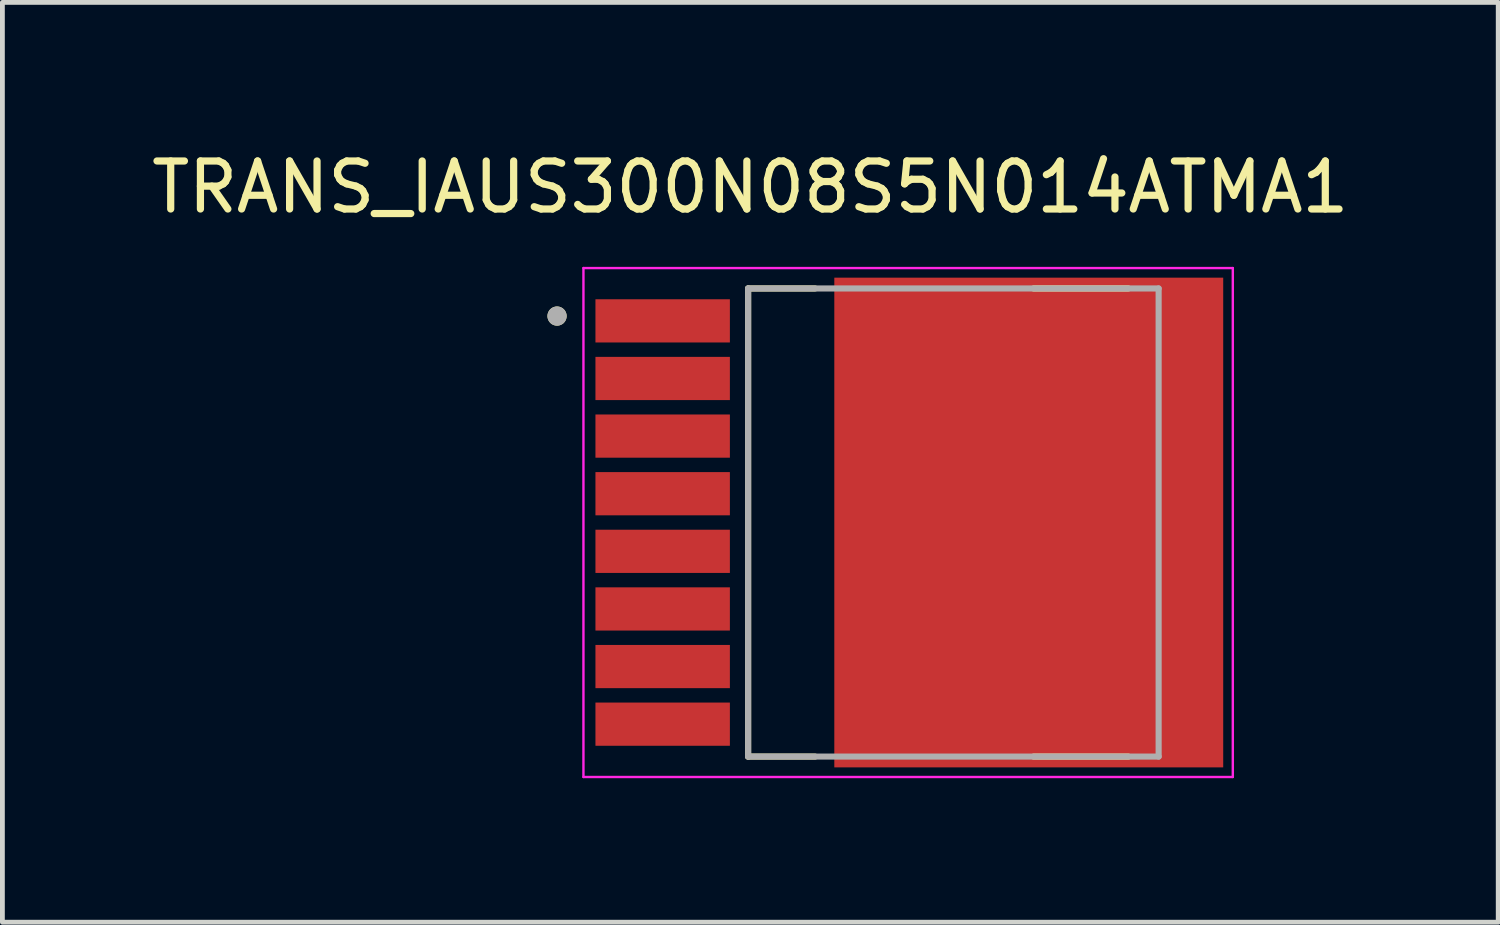
<source format=kicad_pcb>
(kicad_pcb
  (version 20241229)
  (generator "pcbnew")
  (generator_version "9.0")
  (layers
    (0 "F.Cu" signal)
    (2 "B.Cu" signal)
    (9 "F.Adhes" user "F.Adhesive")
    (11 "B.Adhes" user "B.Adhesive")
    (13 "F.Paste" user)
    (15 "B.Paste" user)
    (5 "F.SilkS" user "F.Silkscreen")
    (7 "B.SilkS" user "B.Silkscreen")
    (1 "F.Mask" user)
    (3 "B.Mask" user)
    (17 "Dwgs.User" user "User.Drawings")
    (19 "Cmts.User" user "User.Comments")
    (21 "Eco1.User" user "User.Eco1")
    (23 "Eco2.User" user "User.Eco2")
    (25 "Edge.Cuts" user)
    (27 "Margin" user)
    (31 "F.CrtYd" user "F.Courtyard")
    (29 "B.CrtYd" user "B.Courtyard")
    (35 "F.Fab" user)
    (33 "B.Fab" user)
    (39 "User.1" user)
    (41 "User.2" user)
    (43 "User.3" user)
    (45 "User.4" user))
  (footprint "TRANS_IAUS300N08S5N014ATMA1"
    (layer "F.Cu")
    (at 15.752 7.833)
    (property "Reference" "TRANS_IAUS300N08S5N014ATMA1" (at -3.175 -6.985 0) (layer "F.SilkS") (effects (font (size 1 1) (thickness 0.15))))
    (attr smd)
    (fp_poly (pts (xy 6.625 -5.05) (xy 6.625 5.05) (xy 5.075 5.05) (xy 5.075 4.35) (xy 2.325 4.35) (xy 2.325 4.85) (xy -1.375 4.85) (xy -1.375 -4.85) (xy 2.325 -4.85) (xy 2.325 -4.35) (xy 5.075 -4.35) (xy 5.075 -5.05)) (stroke (width 0.01) (type solid)) (fill yes) (layer "F.Mask"))
    (fp_line (start -3.22 -4.875) (end -3.22 4.875) (stroke (width 0.127) (type solid)) (layer "F.SilkS"))
    (fp_line (start -3.22 4.875) (end -1.825 4.875) (stroke (width 0.127) (type solid)) (layer "F.SilkS"))
    (fp_line (start -1.825 -4.875) (end -3.22 -4.875) (stroke (width 0.127) (type solid)) (layer "F.SilkS"))
    (fp_line (start 4.7 -4.875) (end 2.725 -4.875) (stroke (width 0.127) (type solid)) (layer "F.SilkS"))
    (fp_line (start 4.7 4.875) (end 2.725 4.875) (stroke (width 0.127) (type solid)) (layer "F.SilkS"))
    (fp_circle (center -7.2 -4.3) (end -7.1 -4.3) (stroke (width 0.2) (type solid)) (fill no) (layer "F.SilkS"))
    (fp_poly (pts (xy -6.35 -4.6) (xy -3.65 -4.6) (xy -3.65 -3.8) (xy -6.35 -3.8)) (stroke (width 0.01) (type solid)) (fill yes) (layer "F.Paste"))
    (fp_poly (pts (xy -6.35 -3.4) (xy -3.65 -3.4) (xy -3.65 -2.6) (xy -6.35 -2.6)) (stroke (width 0.01) (type solid)) (fill yes) (layer "F.Paste"))
    (fp_poly (pts (xy -6.35 -2.2) (xy -3.65 -2.2) (xy -3.65 -1.4) (xy -6.35 -1.4)) (stroke (width 0.01) (type solid)) (fill yes) (layer "F.Paste"))
    (fp_poly (pts (xy -6.35 -1) (xy -3.65 -1) (xy -3.65 -0.2) (xy -6.35 -0.2)) (stroke (width 0.01) (type solid)) (fill yes) (layer "F.Paste"))
    (fp_poly (pts (xy -6.35 0.2) (xy -3.65 0.2) (xy -3.65 1) (xy -6.35 1)) (stroke (width 0.01) (type solid)) (fill yes) (layer "F.Paste"))
    (fp_poly (pts (xy -6.35 1.4) (xy -3.65 1.4) (xy -3.65 2.2) (xy -6.35 2.2)) (stroke (width 0.01) (type solid)) (fill yes) (layer "F.Paste"))
    (fp_poly (pts (xy -6.35 2.6) (xy -3.65 2.6) (xy -3.65 3.4) (xy -6.35 3.4)) (stroke (width 0.01) (type solid)) (fill yes) (layer "F.Paste"))
    (fp_poly (pts (xy -6.35 3.8) (xy -3.65 3.8) (xy -3.65 4.6) (xy -6.35 4.6)) (stroke (width 0.01) (type solid)) (fill yes) (layer "F.Paste"))
    (fp_poly (pts (xy -1.275 -4.75) (xy -0.425 -4.75) (xy -0.425 -0.25) (xy -1.275 -0.25)) (stroke (width 0.01) (type solid)) (fill yes) (layer "F.Paste"))
    (fp_poly (pts (xy -1.275 0.25) (xy -0.425 0.25) (xy -0.425 4.75) (xy -1.275 4.75)) (stroke (width 0.01) (type solid)) (fill yes) (layer "F.Paste"))
    (fp_poly (pts (xy 0.275 -4.75) (xy 1.375 -4.75) (xy 1.375 -0.25) (xy 0.275 -0.25)) (stroke (width 0.01) (type solid)) (fill yes) (layer "F.Paste"))
    (fp_poly (pts (xy 0.275 0.25) (xy 1.375 0.25) (xy 1.375 4.75) (xy 0.275 4.75)) (stroke (width 0.01) (type solid)) (fill yes) (layer "F.Paste"))
    (fp_poly (pts (xy 2.075 -4.25) (xy 3.175 -4.25) (xy 3.175 -0.25) (xy 2.075 -0.25)) (stroke (width 0.01) (type solid)) (fill yes) (layer "F.Paste"))
    (fp_poly (pts (xy 2.075 0.25) (xy 3.175 0.25) (xy 3.175 4.25) (xy 2.075 4.25)) (stroke (width 0.01) (type solid)) (fill yes) (layer "F.Paste"))
    (fp_poly (pts (xy 3.875 -4.25) (xy 4.975 -4.25) (xy 4.975 -0.25) (xy 3.875 -0.25)) (stroke (width 0.01) (type solid)) (fill yes) (layer "F.Paste"))
    (fp_poly (pts (xy 3.875 0.25) (xy 4.975 0.25) (xy 4.975 4.25) (xy 3.875 4.25)) (stroke (width 0.01) (type solid)) (fill yes) (layer "F.Paste"))
    (fp_poly (pts (xy 5.675 -4.75) (xy 6.525 -4.75) (xy 6.525 -0.25) (xy 5.675 -0.25)) (stroke (width 0.01) (type solid)) (fill yes) (layer "F.Paste"))
    (fp_poly (pts (xy 5.675 0.25) (xy 6.525 0.25) (xy 6.525 4.75) (xy 5.675 4.75)) (stroke (width 0.01) (type solid)) (fill yes) (layer "F.Paste"))
    (fp_line (start -6.65 -5.3) (end 6.875 -5.3) (stroke (width 0.05) (type solid)) (layer "F.CrtYd"))
    (fp_line (start -6.65 5.3) (end -6.65 -5.3) (stroke (width 0.05) (type solid)) (layer "F.CrtYd"))
    (fp_line (start 6.875 -5.3) (end 6.875 5.3) (stroke (width 0.05) (type solid)) (layer "F.CrtYd"))
    (fp_line (start 6.875 5.3) (end -6.65 5.3) (stroke (width 0.05) (type solid)) (layer "F.CrtYd"))
    (fp_line (start -3.22 -4.875) (end 5.33 -4.875) (stroke (width 0.127) (type solid)) (layer "F.Fab"))
    (fp_line (start -3.22 4.875) (end -3.22 -4.875) (stroke (width 0.127) (type solid)) (layer "F.Fab"))
    (fp_line (start 5.33 -4.875) (end 5.33 4.875) (stroke (width 0.127) (type solid)) (layer "F.Fab"))
    (fp_line (start 5.33 4.875) (end -3.22 4.875) (stroke (width 0.127) (type solid)) (layer "F.Fab"))
    (fp_circle (center -7.2 -4.3) (end -7.1 -4.3) (stroke (width 0.2) (type solid)) (fill no) (layer "F.Fab"))
    (pad "1" smd rect (at -5 -4.2) (size 2.8 0.9) (layers "F.Cu" "F.Mask"))
    (pad "2" smd rect (at -5 -3) (size 2.8 0.9) (layers "F.Cu" "F.Mask"))
    (pad "3" smd rect (at -5 -1.8) (size 2.8 0.9) (layers "F.Cu" "F.Mask"))
    (pad "4" smd rect (at -5 -0.6) (size 2.8 0.9) (layers "F.Cu" "F.Mask"))
    (pad "5" smd rect (at -5 0.6) (size 2.8 0.9) (layers "F.Cu" "F.Mask"))
    (pad "6" smd rect (at -5 1.8) (size 2.8 0.9) (layers "F.Cu" "F.Mask"))
    (pad "7" smd rect (at -5 3) (size 2.8 0.9) (layers "F.Cu" "F.Mask"))
    (pad "8" smd rect (at -5 4.2) (size 2.8 0.9) (layers "F.Cu" "F.Mask"))
    (pad "9" smd rect (at 2.625 0) (size 8.1 10.2) (layers "F.Cu")))
  (gr_rect
    (start -3 -3)
    (end 28.155 16.158)
    (stroke (width 0.1) (type default))
    (fill no)
    (layer "Edge.Cuts")))
</source>
